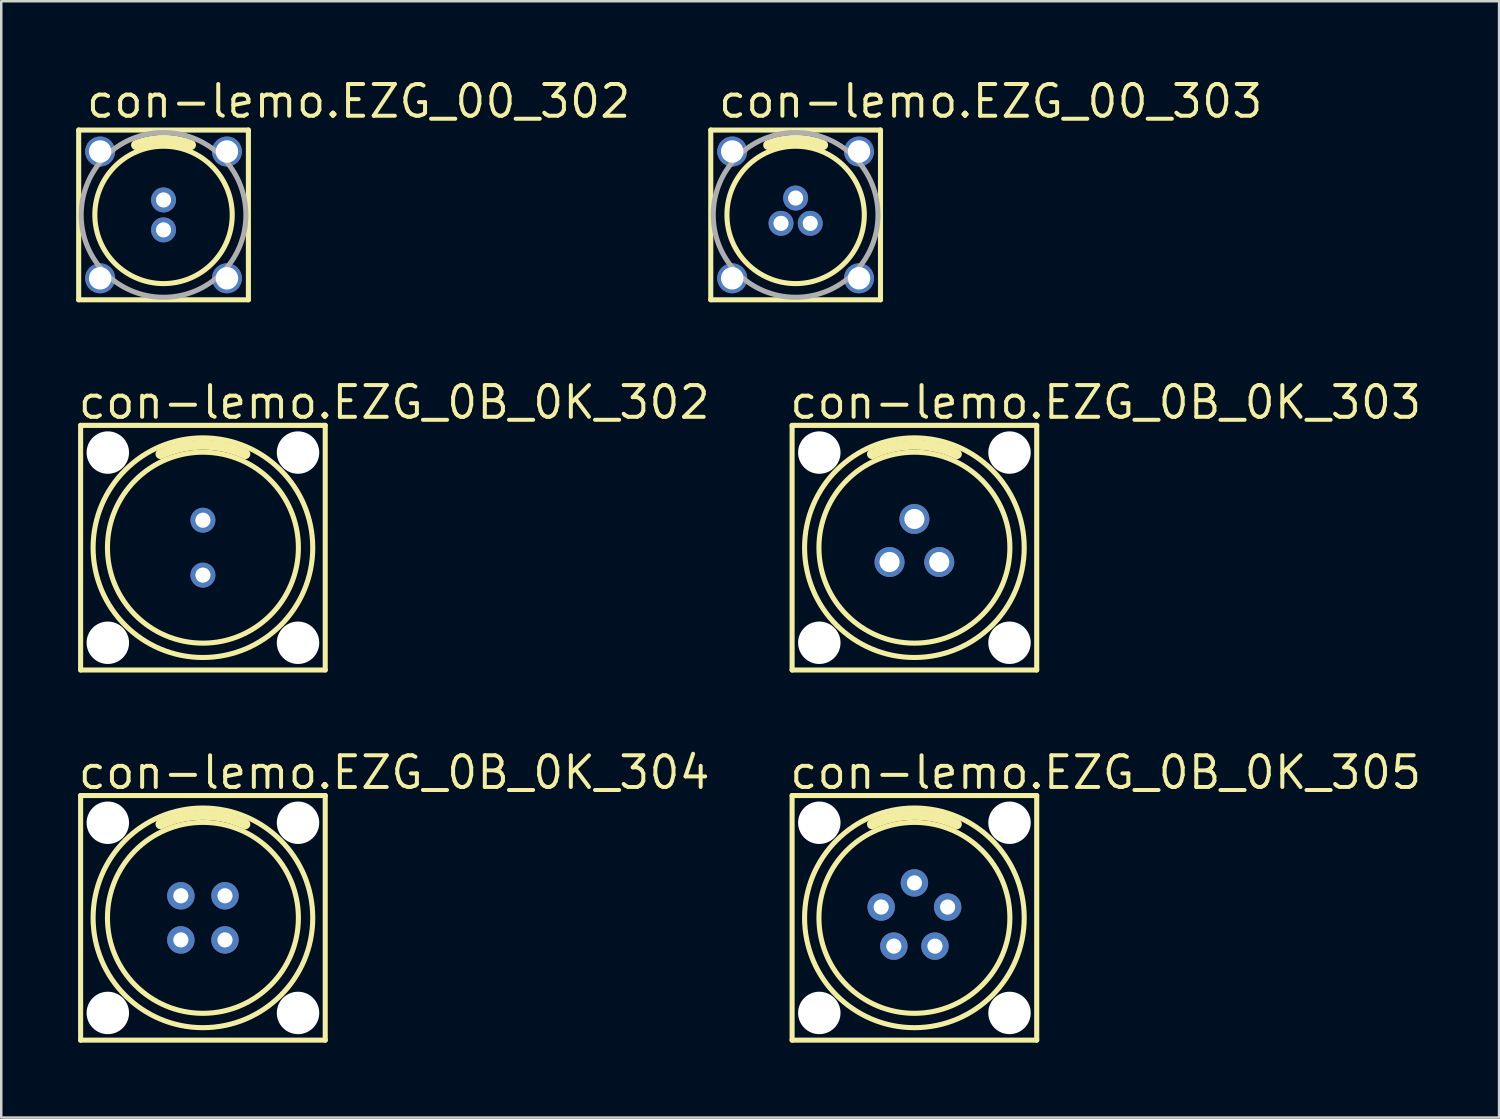
<source format=kicad_pcb>
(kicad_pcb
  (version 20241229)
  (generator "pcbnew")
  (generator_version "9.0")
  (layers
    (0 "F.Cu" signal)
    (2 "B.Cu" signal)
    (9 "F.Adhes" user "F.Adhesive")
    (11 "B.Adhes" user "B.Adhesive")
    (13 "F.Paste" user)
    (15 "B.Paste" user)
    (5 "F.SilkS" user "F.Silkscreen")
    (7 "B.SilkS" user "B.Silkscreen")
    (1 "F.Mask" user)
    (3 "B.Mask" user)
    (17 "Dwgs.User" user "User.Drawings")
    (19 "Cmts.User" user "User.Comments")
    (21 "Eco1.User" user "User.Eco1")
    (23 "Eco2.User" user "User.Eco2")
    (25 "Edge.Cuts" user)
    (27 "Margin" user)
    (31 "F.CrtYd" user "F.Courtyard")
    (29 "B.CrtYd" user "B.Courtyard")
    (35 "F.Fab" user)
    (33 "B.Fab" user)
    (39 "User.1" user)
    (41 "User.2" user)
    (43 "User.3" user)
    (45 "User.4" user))
  (footprint "con-lemo.EZG_0B_0K_303"
    (layer "F.Cu")
    (at 33.585 18.892)
    (property "Reference" "con-lemo.EZG_0B_0K_303" (at -5.08 -5.08 0) (layer "F.SilkS") (effects (font (size 1.27 1.27) (thickness 0.16)) (justify left bottom)))
    (attr through_hole)
    (fp_line (start -4.9 -4.9) (end 4.9 -4.9) (stroke (width 0.203) (type default)) (layer "F.SilkS"))
    (fp_line (start -4.9 4.9) (end -4.9 -4.9) (stroke (width 0.203) (type default)) (layer "F.SilkS"))
    (fp_line (start 4.9 -4.9) (end 4.9 4.9) (stroke (width 0.203) (type default)) (layer "F.SilkS"))
    (fp_line (start 4.9 4.9) (end -4.9 4.9) (stroke (width 0.203) (type default)) (layer "F.SilkS"))
    (fp_arc (start -1.7 -3.75) (mid 0 -4.125003) (end 1.7 -3.75) (stroke (width 0.4) (type default)) (layer "F.SilkS"))
    (fp_circle (center 0 0) (end 3.825 0) (stroke (width 0.203) (type default)) (fill no) (layer "F.SilkS"))
    (fp_circle (center 0 0) (end 4.4 0) (stroke (width 0.203) (type default)) (fill no) (layer "F.SilkS"))
    (fp_circle (center -0.996 0.575) (end -0.698 0.575) (stroke (width 0.203) (type default)) (fill no) (layer "F.Fab"))
    (fp_circle (center 0 -1.15) (end 0.298 -1.15) (stroke (width 0.203) (type default)) (fill no) (layer "F.Fab"))
    (fp_circle (center 0.996 0.575) (end 1.294 0.575) (stroke (width 0.203) (type default)) (fill no) (layer "F.Fab"))
    (pad "" np_thru_hole circle (at -3.81 -3.81) (size 1.7 1.7) (drill 1.7) (layers "*.Cu" "*.Mask"))
    (pad "" np_thru_hole circle (at -3.81 3.81) (size 1.7 1.7) (drill 1.7) (layers "*.Cu" "*.Mask"))
    (pad "" np_thru_hole circle (at 3.81 -3.81) (size 1.7 1.7) (drill 1.7) (layers "*.Cu" "*.Mask"))
    (pad "" np_thru_hole circle (at 3.81 3.81) (size 1.7 1.7) (drill 1.7) (layers "*.Cu" "*.Mask"))
    (pad "1" thru_hole circle (at 0 -1.15) (size 1.2 1.2) (drill 0.8) (layers "*.Cu" "*.Mask"))
    (pad "2" thru_hole circle (at -0.996 0.575) (size 1.2 1.2) (drill 0.8) (layers "*.Cu" "*.Mask"))
    (pad "3" thru_hole circle (at 0.996 0.575) (size 1.2 1.2) (drill 0.8) (layers "*.Cu" "*.Mask")))
  (footprint "con-lemo.EZG_0B_0K_302"
    (layer "F.Cu")
    (at 5.08 18.892)
    (property "Reference" "con-lemo.EZG_0B_0K_302" (at -5.08 -5.08 0) (layer "F.SilkS") (effects (font (size 1.27 1.27) (thickness 0.16)) (justify left bottom)))
    (attr through_hole)
    (fp_line (start -4.9 -4.9) (end 4.9 -4.9) (stroke (width 0.203) (type default)) (layer "F.SilkS"))
    (fp_line (start -4.9 4.9) (end -4.9 -4.9) (stroke (width 0.203) (type default)) (layer "F.SilkS"))
    (fp_line (start 4.9 -4.9) (end 4.9 4.9) (stroke (width 0.203) (type default)) (layer "F.SilkS"))
    (fp_line (start 4.9 4.9) (end -4.9 4.9) (stroke (width 0.203) (type default)) (layer "F.SilkS"))
    (fp_arc (start -1.7 -3.75) (mid 0 -4.125003) (end 1.7 -3.75) (stroke (width 0.4) (type default)) (layer "F.SilkS"))
    (fp_circle (center 0 0) (end 3.825 0) (stroke (width 0.203) (type default)) (fill no) (layer "F.SilkS"))
    (fp_circle (center 0 0) (end 4.4 0) (stroke (width 0.203) (type default)) (fill no) (layer "F.SilkS"))
    (fp_circle (center 0 -1.1) (end 0.198 -1.1) (stroke (width 0.203) (type default)) (fill no) (layer "F.Fab"))
    (fp_circle (center 0 1.1) (end 0.198 1.1) (stroke (width 0.203) (type default)) (fill no) (layer "F.Fab"))
    (pad "" np_thru_hole circle (at -3.81 -3.81) (size 1.7 1.7) (drill 1.7) (layers "*.Cu" "*.Mask"))
    (pad "" np_thru_hole circle (at -3.81 3.81) (size 1.7 1.7) (drill 1.7) (layers "*.Cu" "*.Mask"))
    (pad "" np_thru_hole circle (at 3.81 -3.81) (size 1.7 1.7) (drill 1.7) (layers "*.Cu" "*.Mask"))
    (pad "" np_thru_hole circle (at 3.81 3.81) (size 1.7 1.7) (drill 1.7) (layers "*.Cu" "*.Mask"))
    (pad "1" thru_hole circle (at 0 -1.1) (size 1 1) (drill 0.6) (layers "*.Cu" "*.Mask"))
    (pad "2" thru_hole circle (at 0 1.1) (size 1 1) (drill 0.6) (layers "*.Cu" "*.Mask")))
  (footprint "con-lemo.EZG_0B_0K_304"
    (layer "F.Cu")
    (at 5.08 33.723)
    (property "Reference" "con-lemo.EZG_0B_0K_304" (at -5.08 -5.08 0) (layer "F.SilkS") (effects (font (size 1.27 1.27) (thickness 0.16)) (justify left bottom)))
    (attr through_hole)
    (fp_line (start -4.9 -4.9) (end 4.9 -4.9) (stroke (width 0.203) (type default)) (layer "F.SilkS"))
    (fp_line (start -4.9 4.9) (end -4.9 -4.9) (stroke (width 0.203) (type default)) (layer "F.SilkS"))
    (fp_line (start 4.9 -4.9) (end 4.9 4.9) (stroke (width 0.203) (type default)) (layer "F.SilkS"))
    (fp_line (start 4.9 4.9) (end -4.9 4.9) (stroke (width 0.203) (type default)) (layer "F.SilkS"))
    (fp_arc (start -1.7 -3.75) (mid 0 -4.125003) (end 1.7 -3.75) (stroke (width 0.4) (type default)) (layer "F.SilkS"))
    (fp_circle (center 0 0) (end 3.825 0) (stroke (width 0.203) (type default)) (fill no) (layer "F.SilkS"))
    (fp_circle (center 0 0) (end 4.4 0) (stroke (width 0.203) (type default)) (fill no) (layer "F.SilkS"))
    (fp_circle (center -0.884 -0.884) (end -0.685 -0.884) (stroke (width 0.203) (type default)) (fill no) (layer "F.Fab"))
    (fp_circle (center -0.884 0.884) (end -0.685 0.884) (stroke (width 0.203) (type default)) (fill no) (layer "F.Fab"))
    (fp_circle (center 0.884 -0.884) (end 1.082 -0.884) (stroke (width 0.203) (type default)) (fill no) (layer "F.Fab"))
    (fp_circle (center 0.884 0.884) (end 1.082 0.884) (stroke (width 0.203) (type default)) (fill no) (layer "F.Fab"))
    (pad "" np_thru_hole circle (at -3.81 -3.81) (size 1.7 1.7) (drill 1.7) (layers "*.Cu" "*.Mask"))
    (pad "" np_thru_hole circle (at -3.81 3.81) (size 1.7 1.7) (drill 1.7) (layers "*.Cu" "*.Mask"))
    (pad "" np_thru_hole circle (at 3.81 -3.81) (size 1.7 1.7) (drill 1.7) (layers "*.Cu" "*.Mask"))
    (pad "" np_thru_hole circle (at 3.81 3.81) (size 1.7 1.7) (drill 1.7) (layers "*.Cu" "*.Mask"))
    (pad "1" thru_hole circle (at -0.884 -0.884 90) (size 1.1 1.1) (drill 0.6) (layers "*.Cu" "*.Mask"))
    (pad "2" thru_hole circle (at -0.884 0.884 90) (size 1.1 1.1) (drill 0.6) (layers "*.Cu" "*.Mask"))
    (pad "3" thru_hole circle (at 0.884 0.884 90) (size 1.1 1.1) (drill 0.6) (layers "*.Cu" "*.Mask"))
    (pad "4" thru_hole circle (at 0.884 -0.884 90) (size 1.1 1.1) (drill 0.6) (layers "*.Cu" "*.Mask")))
  (footprint "con-lemo.EZG_0B_0K_305"
    (layer "F.Cu")
    (at 33.585 33.723)
    (property "Reference" "con-lemo.EZG_0B_0K_305" (at -5.08 -5.08 0) (layer "F.SilkS") (effects (font (size 1.27 1.27) (thickness 0.16)) (justify left bottom)))
    (attr through_hole)
    (fp_line (start -4.9 -4.9) (end 4.9 -4.9) (stroke (width 0.203) (type default)) (layer "F.SilkS"))
    (fp_line (start -4.9 4.9) (end -4.9 -4.9) (stroke (width 0.203) (type default)) (layer "F.SilkS"))
    (fp_line (start 4.9 -4.9) (end 4.9 4.9) (stroke (width 0.203) (type default)) (layer "F.SilkS"))
    (fp_line (start 4.9 4.9) (end -4.9 4.9) (stroke (width 0.203) (type default)) (layer "F.SilkS"))
    (fp_arc (start -1.7 -3.75) (mid 0 -4.125003) (end 1.7 -3.75) (stroke (width 0.4) (type default)) (layer "F.SilkS"))
    (fp_circle (center 0 0) (end 3.825 0) (stroke (width 0.203) (type default)) (fill no) (layer "F.SilkS"))
    (fp_circle (center 0 0) (end 4.4 0) (stroke (width 0.203) (type default)) (fill no) (layer "F.SilkS"))
    (fp_circle (center -1.331 -0.433) (end -1.133 -0.433) (stroke (width 0.203) (type default)) (fill no) (layer "F.Fab"))
    (fp_circle (center -0.823 1.133) (end -0.625 1.133) (stroke (width 0.203) (type default)) (fill no) (layer "F.Fab"))
    (fp_circle (center 0 -1.4) (end 0.198 -1.4) (stroke (width 0.203) (type default)) (fill no) (layer "F.Fab"))
    (fp_circle (center 0.823 1.133) (end 1.021 1.133) (stroke (width 0.203) (type default)) (fill no) (layer "F.Fab"))
    (fp_circle (center 1.331 -0.433) (end 1.53 -0.433) (stroke (width 0.203) (type default)) (fill no) (layer "F.Fab"))
    (pad "" np_thru_hole circle (at -3.81 -3.81) (size 1.7 1.7) (drill 1.7) (layers "*.Cu" "*.Mask"))
    (pad "" np_thru_hole circle (at -3.81 3.81) (size 1.7 1.7) (drill 1.7) (layers "*.Cu" "*.Mask"))
    (pad "" np_thru_hole circle (at 3.81 -3.81) (size 1.7 1.7) (drill 1.7) (layers "*.Cu" "*.Mask"))
    (pad "" np_thru_hole circle (at 3.81 3.81) (size 1.7 1.7) (drill 1.7) (layers "*.Cu" "*.Mask"))
    (pad "1" thru_hole circle (at 0 -1.4) (size 1.1 1.1) (drill 0.6) (layers "*.Cu" "*.Mask"))
    (pad "2" thru_hole circle (at -1.331 -0.433) (size 1.1 1.1) (drill 0.6) (layers "*.Cu" "*.Mask"))
    (pad "3" thru_hole circle (at -0.823 1.133) (size 1.1 1.1) (drill 0.6) (layers "*.Cu" "*.Mask"))
    (pad "4" thru_hole circle (at 0.823 1.133) (size 1.1 1.1) (drill 0.6) (layers "*.Cu" "*.Mask"))
    (pad "5" thru_hole circle (at 1.331 -0.433) (size 1.1 1.1) (drill 0.6) (layers "*.Cu" "*.Mask")))
  (footprint "con-lemo.EZG_00_303"
    (layer "F.Cu")
    (at 28.826 5.56)
    (property "Reference" "con-lemo.EZG_00_303" (at -3.175 -3.81 0) (layer "F.SilkS") (effects (font (size 1.27 1.27) (thickness 0.16)) (justify left bottom)))
    (attr through_hole)
    (fp_line (start -3.4 -3.4) (end 3.4 -3.4) (stroke (width 0.203) (type default)) (layer "F.SilkS"))
    (fp_line (start -3.4 3.4) (end -3.4 -3.4) (stroke (width 0.203) (type default)) (layer "F.SilkS"))
    (fp_line (start 3.4 -3.4) (end 3.4 3.4) (stroke (width 0.203) (type default)) (layer "F.SilkS"))
    (fp_line (start 3.4 3.4) (end -3.4 3.4) (stroke (width 0.203) (type default)) (layer "F.SilkS"))
    (fp_arc (start -1.1 -2.8) (mid 0 -3.008322) (end 1.1 -2.8) (stroke (width 0.4) (type default)) (layer "F.SilkS"))
    (fp_circle (center 0 0) (end 2.752 0) (stroke (width 0.203) (type default)) (fill no) (layer "F.SilkS"))
    (fp_circle (center -0.585 0.338) (end -0.386 0.338) (stroke (width 0.203) (type default)) (fill no) (layer "F.Fab"))
    (fp_circle (center 0 -0.675) (end 0.198 -0.675) (stroke (width 0.203) (type default)) (fill no) (layer "F.Fab"))
    (fp_circle (center 0 0) (end 3.3 0) (stroke (width 0.203) (type default)) (fill no) (layer "F.Fab"))
    (fp_circle (center 0.585 0.338) (end 0.783 0.338) (stroke (width 0.203) (type default)) (fill no) (layer "F.Fab"))
    (pad "1" thru_hole circle (at 0 -0.675) (size 1 1) (drill 0.6) (layers "*.Cu" "*.Mask"))
    (pad "2" thru_hole circle (at -0.585 0.338) (size 1 1) (drill 0.6) (layers "*.Cu" "*.Mask"))
    (pad "3" thru_hole circle (at 0.585 0.338) (size 1 1) (drill 0.6) (layers "*.Cu" "*.Mask"))
    (pad "M1" thru_hole circle (at -2.54 -2.54) (size 1.2 1.2) (drill 0.9) (layers "*.Cu" "*.Mask"))
    (pad "M2" thru_hole circle (at 2.54 -2.54) (size 1.2 1.2) (drill 0.9) (layers "*.Cu" "*.Mask"))
    (pad "M3" thru_hole circle (at 2.54 2.54) (size 1.2 1.2) (drill 0.9) (layers "*.Cu" "*.Mask"))
    (pad "M4" thru_hole circle (at -2.54 2.54) (size 1.2 1.2) (drill 0.9) (layers "*.Cu" "*.Mask")))
  (footprint "con-lemo.EZG_00_302"
    (layer "F.Cu")
    (at 3.502 5.56)
    (property "Reference" "con-lemo.EZG_00_302" (at -3.175 -3.81 0) (layer "F.SilkS") (effects (font (size 1.27 1.27) (thickness 0.16)) (justify left bottom)))
    (attr through_hole)
    (fp_line (start -3.4 -3.4) (end 3.4 -3.4) (stroke (width 0.203) (type default)) (layer "F.SilkS"))
    (fp_line (start -3.4 3.4) (end -3.4 -3.4) (stroke (width 0.203) (type default)) (layer "F.SilkS"))
    (fp_line (start 3.4 -3.4) (end 3.4 3.4) (stroke (width 0.203) (type default)) (layer "F.SilkS"))
    (fp_line (start 3.4 3.4) (end -3.4 3.4) (stroke (width 0.203) (type default)) (layer "F.SilkS"))
    (fp_arc (start -1.1 -2.8) (mid 0 -3.008322) (end 1.1 -2.8) (stroke (width 0.4) (type default)) (layer "F.SilkS"))
    (fp_circle (center 0 0) (end 2.752 0) (stroke (width 0.203) (type default)) (fill no) (layer "F.SilkS"))
    (fp_circle (center 0 -0.6) (end 0.198 -0.6) (stroke (width 0.203) (type default)) (fill no) (layer "F.Fab"))
    (fp_circle (center 0 0) (end 3.3 0) (stroke (width 0.203) (type default)) (fill no) (layer "F.Fab"))
    (fp_circle (center 0 0.6) (end 0.198 0.6) (stroke (width 0.203) (type default)) (fill no) (layer "F.Fab"))
    (pad "1" thru_hole circle (at 0 -0.6) (size 1 1) (drill 0.6) (layers "*.Cu" "*.Mask"))
    (pad "2" thru_hole circle (at 0 0.6) (size 1 1) (drill 0.6) (layers "*.Cu" "*.Mask"))
    (pad "M1" thru_hole circle (at -2.54 -2.54) (size 1.2 1.2) (drill 0.9) (layers "*.Cu" "*.Mask"))
    (pad "M2" thru_hole circle (at 2.54 -2.54) (size 1.2 1.2) (drill 0.9) (layers "*.Cu" "*.Mask"))
    (pad "M3" thru_hole circle (at 2.54 2.54) (size 1.2 1.2) (drill 0.9) (layers "*.Cu" "*.Mask"))
    (pad "M4" thru_hole circle (at -2.54 2.54) (size 1.2 1.2) (drill 0.9) (layers "*.Cu" "*.Mask")))
  (gr_rect
    (start -3 -3)
    (end 57.01 41.725)
    (stroke (width 0.1) (type default))
    (fill no)
    (layer "Edge.Cuts")))
</source>
